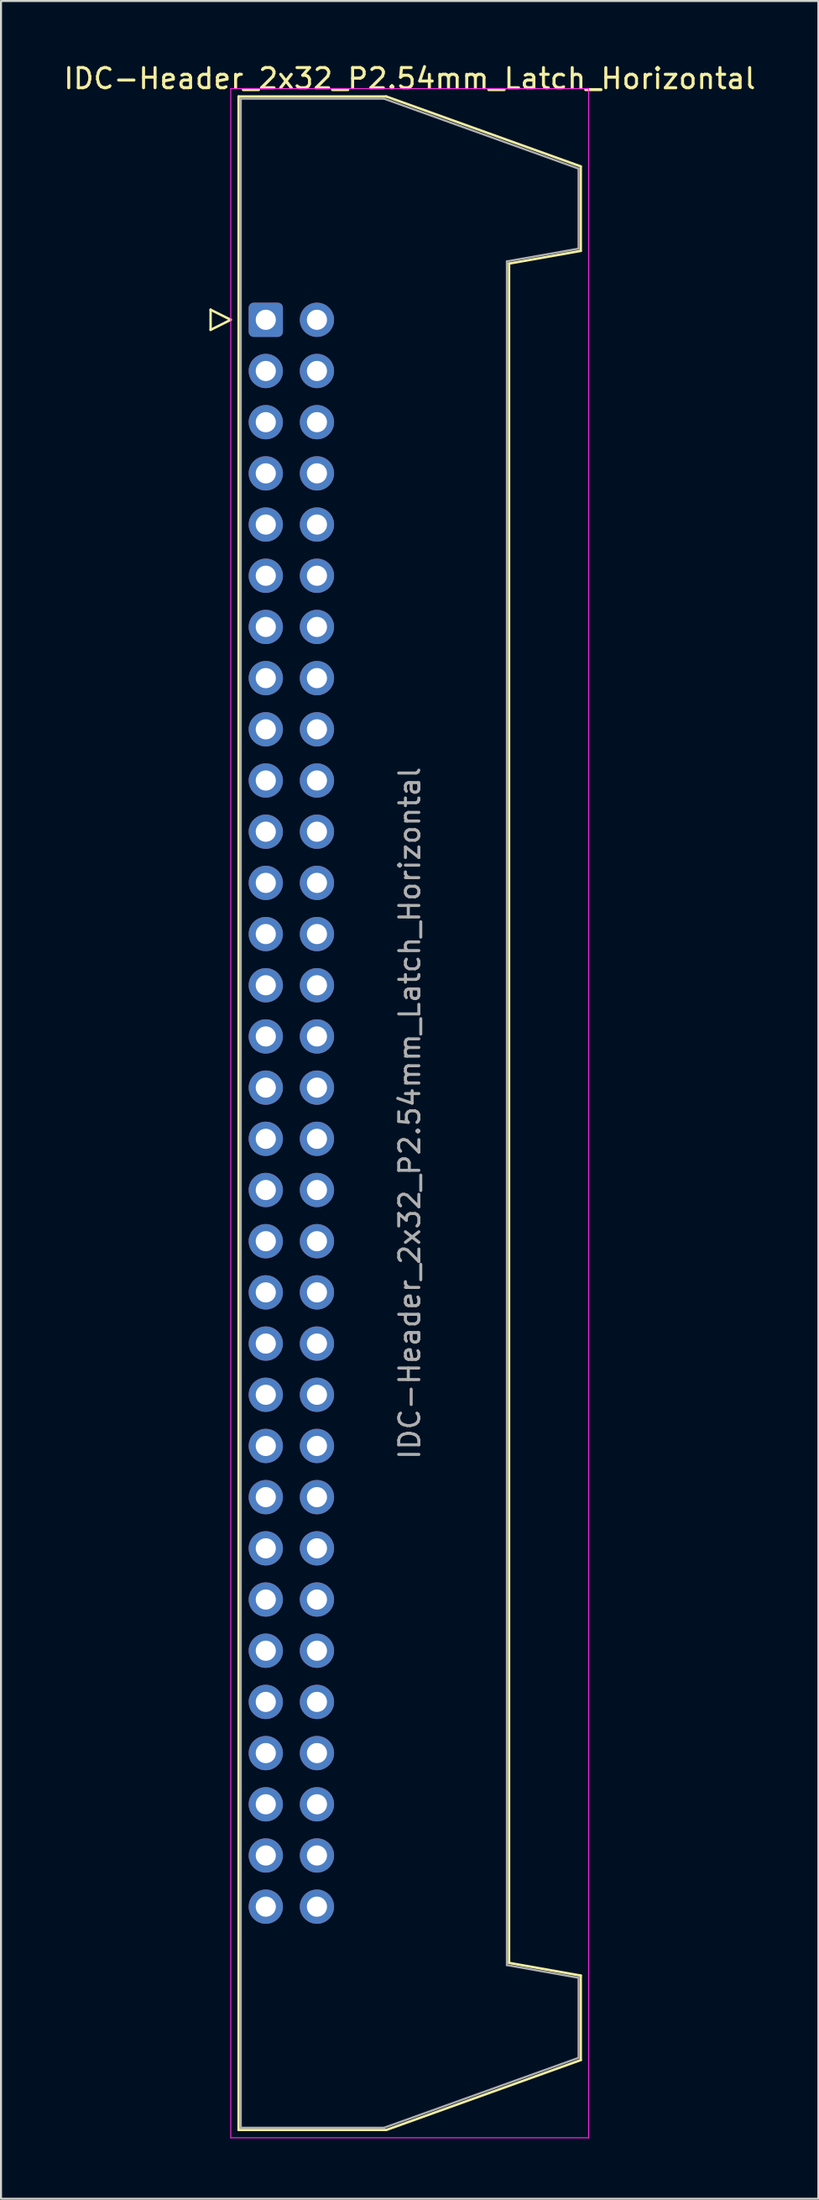
<source format=kicad_pcb>
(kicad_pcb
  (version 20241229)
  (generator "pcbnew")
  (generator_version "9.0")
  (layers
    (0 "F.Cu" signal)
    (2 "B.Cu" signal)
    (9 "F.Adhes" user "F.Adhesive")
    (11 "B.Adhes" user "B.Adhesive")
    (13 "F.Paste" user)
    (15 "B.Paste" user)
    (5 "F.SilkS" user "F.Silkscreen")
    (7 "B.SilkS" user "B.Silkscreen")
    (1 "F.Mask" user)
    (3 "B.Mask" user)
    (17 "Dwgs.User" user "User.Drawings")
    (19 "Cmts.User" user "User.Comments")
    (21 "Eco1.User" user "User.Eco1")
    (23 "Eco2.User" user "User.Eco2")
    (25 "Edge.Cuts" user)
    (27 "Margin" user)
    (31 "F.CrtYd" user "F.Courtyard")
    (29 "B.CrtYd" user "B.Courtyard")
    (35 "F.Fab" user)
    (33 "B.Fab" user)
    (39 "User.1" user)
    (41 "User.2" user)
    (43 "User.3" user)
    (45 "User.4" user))
  (footprint "IDC-Header_2x32_P2.54mm_Latch_Horizontal"
    (layer "F.Cu")
    (at 10.147 12.818)
    (property "Reference" "IDC-Header_2x32_P2.54mm_Latch_Horizontal" (at 7.145 -11.97 0) (layer "F.SilkS") (effects (font (size 1 1) (thickness 0.15))))
    (attr through_hole)
    (fp_line (start -2.74 -0.5) (end -2.74 0.5) (stroke (width 0.12) (type solid)) (layer "F.SilkS"))
    (fp_line (start -2.74 0.5) (end -1.74 0) (stroke (width 0.12) (type solid)) (layer "F.SilkS"))
    (fp_line (start -1.74 0) (end -2.74 -0.5) (stroke (width 0.12) (type solid)) (layer "F.SilkS"))
    (fp_line (start -1.35 -11.08) (end 5.98 -11.08) (stroke (width 0.12) (type solid)) (layer "F.SilkS"))
    (fp_line (start -1.35 89.82) (end -1.35 -11.08) (stroke (width 0.12) (type solid)) (layer "F.SilkS"))
    (fp_line (start 5.98 -11.08) (end 15.64 -7.61) (stroke (width 0.12) (type solid)) (layer "F.SilkS"))
    (fp_line (start 5.98 89.82) (end -1.35 89.82) (stroke (width 0.12) (type solid)) (layer "F.SilkS"))
    (fp_line (start 12.08 -2.79) (end 12.08 81.53) (stroke (width 0.12) (type solid)) (layer "F.SilkS"))
    (fp_line (start 12.08 81.53) (end 15.64 82.16) (stroke (width 0.12) (type solid)) (layer "F.SilkS"))
    (fp_line (start 15.64 -7.61) (end 15.64 -3.42) (stroke (width 0.12) (type solid)) (layer "F.SilkS"))
    (fp_line (start 15.64 -3.42) (end 12.08 -2.79) (stroke (width 0.12) (type solid)) (layer "F.SilkS"))
    (fp_line (start 15.64 82.16) (end 15.64 86.35) (stroke (width 0.12) (type solid)) (layer "F.SilkS"))
    (fp_line (start 15.64 86.35) (end 5.98 89.82) (stroke (width 0.12) (type solid)) (layer "F.SilkS"))
    (fp_line (start -1.74 -11.47) (end -1.74 90.21) (stroke (width 0.05) (type solid)) (layer "F.CrtYd"))
    (fp_line (start -1.74 90.21) (end 16.03 90.21) (stroke (width 0.05) (type solid)) (layer "F.CrtYd"))
    (fp_line (start 16.03 -11.47) (end -1.74 -11.47) (stroke (width 0.05) (type solid)) (layer "F.CrtYd"))
    (fp_line (start 16.03 90.21) (end 16.03 -11.47) (stroke (width 0.05) (type solid)) (layer "F.CrtYd"))
    (fp_line (start -1.24 -10.97) (end 5.87 -10.97) (stroke (width 0.1) (type solid)) (layer "F.Fab"))
    (fp_line (start -1.24 89.71) (end -1.24 -10.97) (stroke (width 0.1) (type solid)) (layer "F.Fab"))
    (fp_line (start 5.87 -10.97) (end 15.53 -7.5) (stroke (width 0.1) (type solid)) (layer "F.Fab"))
    (fp_line (start 5.87 89.71) (end -1.24 89.71) (stroke (width 0.1) (type solid)) (layer "F.Fab"))
    (fp_line (start 11.97 -2.9) (end 11.97 81.64) (stroke (width 0.1) (type solid)) (layer "F.Fab"))
    (fp_line (start 11.97 81.64) (end 15.53 82.27) (stroke (width 0.1) (type solid)) (layer "F.Fab"))
    (fp_line (start 15.53 -7.5) (end 15.53 -3.53) (stroke (width 0.1) (type solid)) (layer "F.Fab"))
    (fp_line (start 15.53 -3.53) (end 11.97 -2.9) (stroke (width 0.1) (type solid)) (layer "F.Fab"))
    (fp_line (start 15.53 82.27) (end 15.53 86.24) (stroke (width 0.1) (type solid)) (layer "F.Fab"))
    (fp_line (start 15.53 86.24) (end 5.87 89.71) (stroke (width 0.1) (type solid)) (layer "F.Fab"))
    (fp_text user "${REFERENCE}" (at 7.145 39.37 90) (layer "F.Fab") (effects (font (size 1 1) (thickness 0.15))))
    (pad "1" thru_hole roundrect (at 0 0) (size 1.7 1.7) (drill 1) (layers "*.Cu" "*.Mask") (roundrect_rratio 0.147))
    (pad "2" thru_hole circle (at 2.54 0) (size 1.7 1.7) (drill 1) (layers "*.Cu" "*.Mask"))
    (pad "3" thru_hole circle (at 0 2.54) (size 1.7 1.7) (drill 1) (layers "*.Cu" "*.Mask"))
    (pad "4" thru_hole circle (at 2.54 2.54) (size 1.7 1.7) (drill 1) (layers "*.Cu" "*.Mask"))
    (pad "5" thru_hole circle (at 0 5.08) (size 1.7 1.7) (drill 1) (layers "*.Cu" "*.Mask"))
    (pad "6" thru_hole circle (at 2.54 5.08) (size 1.7 1.7) (drill 1) (layers "*.Cu" "*.Mask"))
    (pad "7" thru_hole circle (at 0 7.62) (size 1.7 1.7) (drill 1) (layers "*.Cu" "*.Mask"))
    (pad "8" thru_hole circle (at 2.54 7.62) (size 1.7 1.7) (drill 1) (layers "*.Cu" "*.Mask"))
    (pad "9" thru_hole circle (at 0 10.16) (size 1.7 1.7) (drill 1) (layers "*.Cu" "*.Mask"))
    (pad "10" thru_hole circle (at 2.54 10.16) (size 1.7 1.7) (drill 1) (layers "*.Cu" "*.Mask"))
    (pad "11" thru_hole circle (at 0 12.7) (size 1.7 1.7) (drill 1) (layers "*.Cu" "*.Mask"))
    (pad "12" thru_hole circle (at 2.54 12.7) (size 1.7 1.7) (drill 1) (layers "*.Cu" "*.Mask"))
    (pad "13" thru_hole circle (at 0 15.24) (size 1.7 1.7) (drill 1) (layers "*.Cu" "*.Mask"))
    (pad "14" thru_hole circle (at 2.54 15.24) (size 1.7 1.7) (drill 1) (layers "*.Cu" "*.Mask"))
    (pad "15" thru_hole circle (at 0 17.78) (size 1.7 1.7) (drill 1) (layers "*.Cu" "*.Mask"))
    (pad "16" thru_hole circle (at 2.54 17.78) (size 1.7 1.7) (drill 1) (layers "*.Cu" "*.Mask"))
    (pad "17" thru_hole circle (at 0 20.32) (size 1.7 1.7) (drill 1) (layers "*.Cu" "*.Mask"))
    (pad "18" thru_hole circle (at 2.54 20.32) (size 1.7 1.7) (drill 1) (layers "*.Cu" "*.Mask"))
    (pad "19" thru_hole circle (at 0 22.86) (size 1.7 1.7) (drill 1) (layers "*.Cu" "*.Mask"))
    (pad "20" thru_hole circle (at 2.54 22.86) (size 1.7 1.7) (drill 1) (layers "*.Cu" "*.Mask"))
    (pad "21" thru_hole circle (at 0 25.4) (size 1.7 1.7) (drill 1) (layers "*.Cu" "*.Mask"))
    (pad "22" thru_hole circle (at 2.54 25.4) (size 1.7 1.7) (drill 1) (layers "*.Cu" "*.Mask"))
    (pad "23" thru_hole circle (at 0 27.94) (size 1.7 1.7) (drill 1) (layers "*.Cu" "*.Mask"))
    (pad "24" thru_hole circle (at 2.54 27.94) (size 1.7 1.7) (drill 1) (layers "*.Cu" "*.Mask"))
    (pad "25" thru_hole circle (at 0 30.48) (size 1.7 1.7) (drill 1) (layers "*.Cu" "*.Mask"))
    (pad "26" thru_hole circle (at 2.54 30.48) (size 1.7 1.7) (drill 1) (layers "*.Cu" "*.Mask"))
    (pad "27" thru_hole circle (at 0 33.02) (size 1.7 1.7) (drill 1) (layers "*.Cu" "*.Mask"))
    (pad "28" thru_hole circle (at 2.54 33.02) (size 1.7 1.7) (drill 1) (layers "*.Cu" "*.Mask"))
    (pad "29" thru_hole circle (at 0 35.56) (size 1.7 1.7) (drill 1) (layers "*.Cu" "*.Mask"))
    (pad "30" thru_hole circle (at 2.54 35.56) (size 1.7 1.7) (drill 1) (layers "*.Cu" "*.Mask"))
    (pad "31" thru_hole circle (at 0 38.1) (size 1.7 1.7) (drill 1) (layers "*.Cu" "*.Mask"))
    (pad "32" thru_hole circle (at 2.54 38.1) (size 1.7 1.7) (drill 1) (layers "*.Cu" "*.Mask"))
    (pad "33" thru_hole circle (at 0 40.64) (size 1.7 1.7) (drill 1) (layers "*.Cu" "*.Mask"))
    (pad "34" thru_hole circle (at 2.54 40.64) (size 1.7 1.7) (drill 1) (layers "*.Cu" "*.Mask"))
    (pad "35" thru_hole circle (at 0 43.18) (size 1.7 1.7) (drill 1) (layers "*.Cu" "*.Mask"))
    (pad "36" thru_hole circle (at 2.54 43.18) (size 1.7 1.7) (drill 1) (layers "*.Cu" "*.Mask"))
    (pad "37" thru_hole circle (at 0 45.72) (size 1.7 1.7) (drill 1) (layers "*.Cu" "*.Mask"))
    (pad "38" thru_hole circle (at 2.54 45.72) (size 1.7 1.7) (drill 1) (layers "*.Cu" "*.Mask"))
    (pad "39" thru_hole circle (at 0 48.26) (size 1.7 1.7) (drill 1) (layers "*.Cu" "*.Mask"))
    (pad "40" thru_hole circle (at 2.54 48.26) (size 1.7 1.7) (drill 1) (layers "*.Cu" "*.Mask"))
    (pad "41" thru_hole circle (at 0 50.8) (size 1.7 1.7) (drill 1) (layers "*.Cu" "*.Mask"))
    (pad "42" thru_hole circle (at 2.54 50.8) (size 1.7 1.7) (drill 1) (layers "*.Cu" "*.Mask"))
    (pad "43" thru_hole circle (at 0 53.34) (size 1.7 1.7) (drill 1) (layers "*.Cu" "*.Mask"))
    (pad "44" thru_hole circle (at 2.54 53.34) (size 1.7 1.7) (drill 1) (layers "*.Cu" "*.Mask"))
    (pad "45" thru_hole circle (at 0 55.88) (size 1.7 1.7) (drill 1) (layers "*.Cu" "*.Mask"))
    (pad "46" thru_hole circle (at 2.54 55.88) (size 1.7 1.7) (drill 1) (layers "*.Cu" "*.Mask"))
    (pad "47" thru_hole circle (at 0 58.42) (size 1.7 1.7) (drill 1) (layers "*.Cu" "*.Mask"))
    (pad "48" thru_hole circle (at 2.54 58.42) (size 1.7 1.7) (drill 1) (layers "*.Cu" "*.Mask"))
    (pad "49" thru_hole circle (at 0 60.96) (size 1.7 1.7) (drill 1) (layers "*.Cu" "*.Mask"))
    (pad "50" thru_hole circle (at 2.54 60.96) (size 1.7 1.7) (drill 1) (layers "*.Cu" "*.Mask"))
    (pad "51" thru_hole circle (at 0 63.5) (size 1.7 1.7) (drill 1) (layers "*.Cu" "*.Mask"))
    (pad "52" thru_hole circle (at 2.54 63.5) (size 1.7 1.7) (drill 1) (layers "*.Cu" "*.Mask"))
    (pad "53" thru_hole circle (at 0 66.04) (size 1.7 1.7) (drill 1) (layers "*.Cu" "*.Mask"))
    (pad "54" thru_hole circle (at 2.54 66.04) (size 1.7 1.7) (drill 1) (layers "*.Cu" "*.Mask"))
    (pad "55" thru_hole circle (at 0 68.58) (size 1.7 1.7) (drill 1) (layers "*.Cu" "*.Mask"))
    (pad "56" thru_hole circle (at 2.54 68.58) (size 1.7 1.7) (drill 1) (layers "*.Cu" "*.Mask"))
    (pad "57" thru_hole circle (at 0 71.12) (size 1.7 1.7) (drill 1) (layers "*.Cu" "*.Mask"))
    (pad "58" thru_hole circle (at 2.54 71.12) (size 1.7 1.7) (drill 1) (layers "*.Cu" "*.Mask"))
    (pad "59" thru_hole circle (at 0 73.66) (size 1.7 1.7) (drill 1) (layers "*.Cu" "*.Mask"))
    (pad "60" thru_hole circle (at 2.54 73.66) (size 1.7 1.7) (drill 1) (layers "*.Cu" "*.Mask"))
    (pad "61" thru_hole circle (at 0 76.2) (size 1.7 1.7) (drill 1) (layers "*.Cu" "*.Mask"))
    (pad "62" thru_hole circle (at 2.54 76.2) (size 1.7 1.7) (drill 1) (layers "*.Cu" "*.Mask"))
    (pad "63" thru_hole circle (at 0 78.74) (size 1.7 1.7) (drill 1) (layers "*.Cu" "*.Mask"))
    (pad "64" thru_hole circle (at 2.54 78.74) (size 1.7 1.7) (drill 1) (layers "*.Cu" "*.Mask")))
  (gr_rect
    (start -3 -3)
    (end 37.583 106.053)
    (stroke (width 0.1) (type default))
    (fill no)
    (layer "Edge.Cuts")))
</source>
